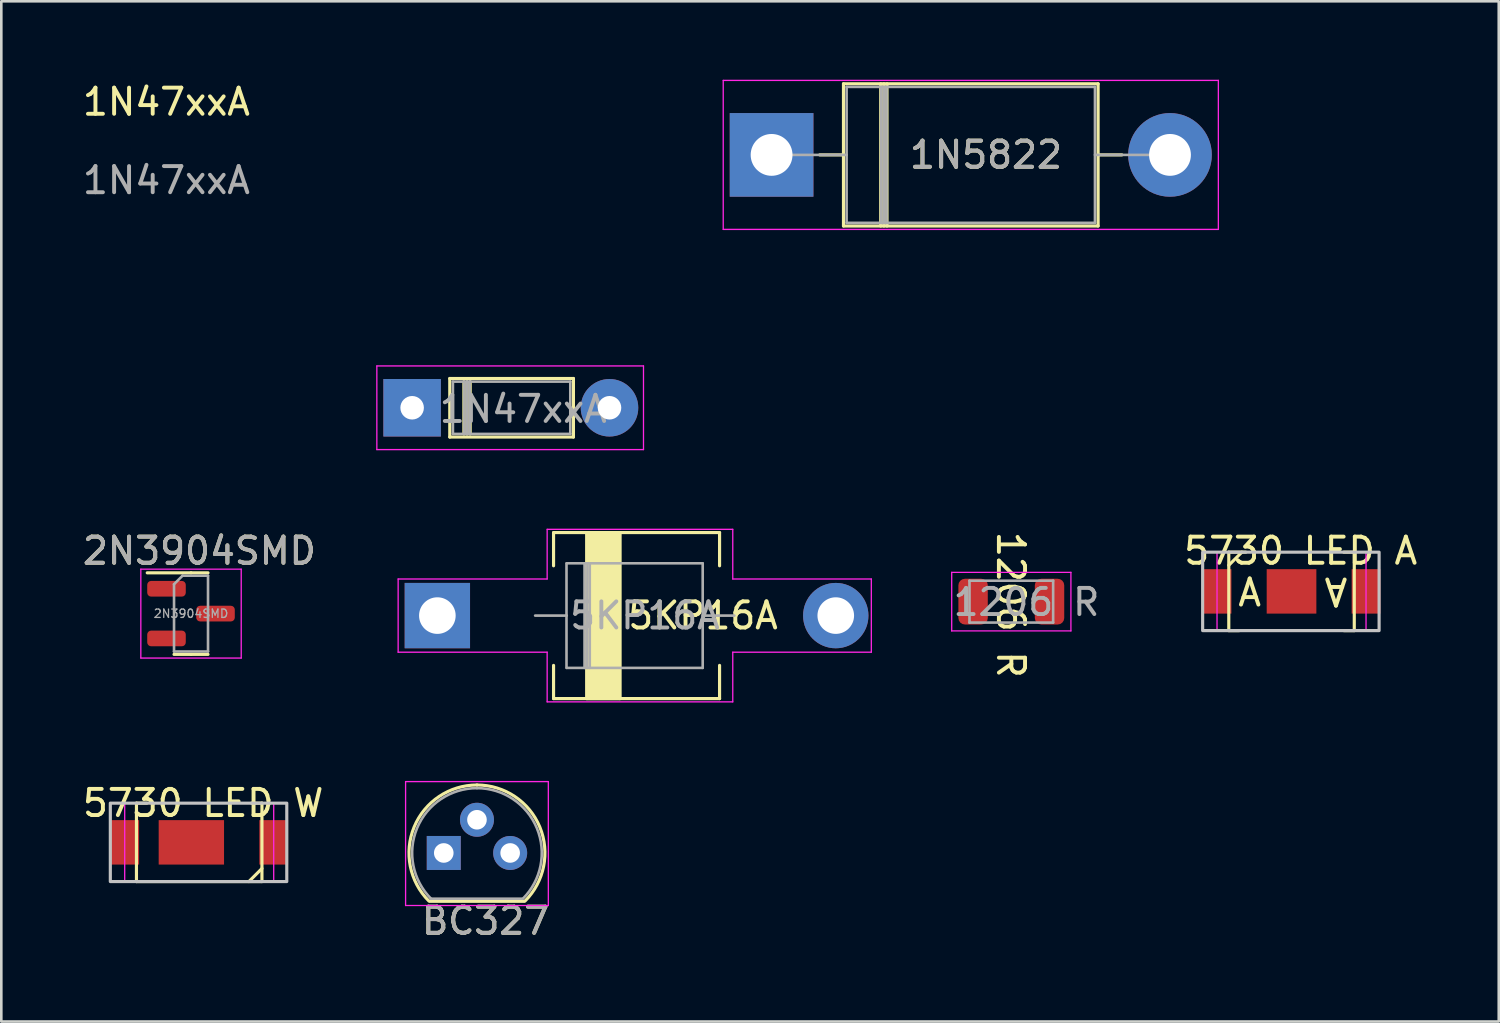
<source format=kicad_pcb>
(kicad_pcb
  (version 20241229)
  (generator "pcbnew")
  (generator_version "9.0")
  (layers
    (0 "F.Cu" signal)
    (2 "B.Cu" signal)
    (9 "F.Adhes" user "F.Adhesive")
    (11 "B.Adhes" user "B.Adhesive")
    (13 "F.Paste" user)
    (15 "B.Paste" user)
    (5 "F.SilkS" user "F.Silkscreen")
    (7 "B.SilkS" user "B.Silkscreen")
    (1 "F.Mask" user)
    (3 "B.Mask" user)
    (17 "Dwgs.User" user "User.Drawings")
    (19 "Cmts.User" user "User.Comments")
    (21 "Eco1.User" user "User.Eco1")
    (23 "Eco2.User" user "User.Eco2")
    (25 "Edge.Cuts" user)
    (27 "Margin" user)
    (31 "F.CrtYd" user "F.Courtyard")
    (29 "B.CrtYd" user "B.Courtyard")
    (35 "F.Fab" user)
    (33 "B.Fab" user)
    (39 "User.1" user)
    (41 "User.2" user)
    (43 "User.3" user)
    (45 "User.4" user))
  (footprint "1N5822"
    (layer "F.Cu")
    (at 26.465 2.875)
    (property "Reference" "1N5822" (at 8.2 0 0) (unlocked yes) (layer "F.SilkS") (effects (font (size 1 1) (thickness 0.15))))
    (attr through_hole)
    (fp_line (start 1.84 0) (end 2.75 0) (stroke (width 0.12) (type solid)) (layer "F.SilkS"))
    (fp_line (start 2.75 -2.72) (end 2.75 2.72) (stroke (width 0.12) (type solid)) (layer "F.SilkS"))
    (fp_line (start 2.75 2.72) (end 12.49 2.72) (stroke (width 0.12) (type solid)) (layer "F.SilkS"))
    (fp_line (start 4.175 -2.72) (end 4.175 2.72) (stroke (width 0.12) (type solid)) (layer "F.SilkS"))
    (fp_line (start 4.295 -2.72) (end 4.295 2.72) (stroke (width 0.12) (type solid)) (layer "F.SilkS"))
    (fp_line (start 4.415 -2.72) (end 4.415 2.72) (stroke (width 0.12) (type solid)) (layer "F.SilkS"))
    (fp_line (start 12.49 -2.72) (end 2.75 -2.72) (stroke (width 0.12) (type solid)) (layer "F.SilkS"))
    (fp_line (start 12.49 2.72) (end 12.49 -2.72) (stroke (width 0.12) (type solid)) (layer "F.SilkS"))
    (fp_line (start 13.4 0) (end 12.49 0) (stroke (width 0.12) (type solid)) (layer "F.SilkS"))
    (fp_line (start -1.85 -2.85) (end -1.85 2.85) (stroke (width 0.05) (type solid)) (layer "F.CrtYd"))
    (fp_line (start -1.85 2.85) (end 17.09 2.85) (stroke (width 0.05) (type solid)) (layer "F.CrtYd"))
    (fp_line (start 17.09 -2.85) (end -1.85 -2.85) (stroke (width 0.05) (type solid)) (layer "F.CrtYd"))
    (fp_line (start 17.09 2.85) (end 17.09 -2.85) (stroke (width 0.05) (type solid)) (layer "F.CrtYd"))
    (fp_line (start 0 0) (end 2.87 0) (stroke (width 0.1) (type solid)) (layer "F.Fab"))
    (fp_line (start 2.87 -2.6) (end 2.87 2.6) (stroke (width 0.1) (type solid)) (layer "F.Fab"))
    (fp_line (start 2.87 2.6) (end 12.37 2.6) (stroke (width 0.1) (type solid)) (layer "F.Fab"))
    (fp_line (start 4.195 -2.6) (end 4.195 2.6) (stroke (width 0.1) (type solid)) (layer "F.Fab"))
    (fp_line (start 4.295 -2.6) (end 4.295 2.6) (stroke (width 0.1) (type solid)) (layer "F.Fab"))
    (fp_line (start 4.395 -2.6) (end 4.395 2.6) (stroke (width 0.1) (type solid)) (layer "F.Fab"))
    (fp_line (start 12.37 -2.6) (end 2.87 -2.6) (stroke (width 0.1) (type solid)) (layer "F.Fab"))
    (fp_line (start 12.37 2.6) (end 12.37 -2.6) (stroke (width 0.1) (type solid)) (layer "F.Fab"))
    (fp_line (start 15.24 0) (end 12.37 0) (stroke (width 0.1) (type solid)) (layer "F.Fab"))
    (fp_text user "${REFERENCE}" (at 8.2 0 0) (unlocked yes) (layer "F.Fab") (effects (font (size 1 1) (thickness 0.15))))
    (pad "1" thru_hole rect (at 0 0) (size 3.2 3.2) (drill 1.6) (layers "*.Cu" "*.Mask"))
    (pad "2" thru_hole oval (at 15.24 0) (size 3.2 3.2) (drill 1.6) (layers "*.Cu" "*.Mask")))
  (footprint "BC327"
    (layer "F.Cu")
    (at 13.925 29.578)
    (property "Reference" "BC327" (at 1.6 2.6 0) (unlocked yes) (layer "F.SilkS") (effects (font (size 1 1) (thickness 0.15))))
    (attr through_hole)
    (fp_line (start -0.53 1.85) (end 3.07 1.85) (stroke (width 0.12) (type solid)) (layer "F.SilkS"))
    (fp_arc (start -0.568478 1.838478) (mid -1.132087 -0.994977) (end 1.27 -2.6) (stroke (width 0.12) (type solid)) (layer "F.SilkS"))
    (fp_arc (start 1.27 -2.6) (mid 3.672087 -0.994977) (end 3.108478 1.838478) (stroke (width 0.12) (type solid)) (layer "F.SilkS"))
    (fp_line (start -1.46 -2.73) (end -1.46 2.01) (stroke (width 0.05) (type solid)) (layer "F.CrtYd"))
    (fp_line (start -1.46 -2.73) (end 4 -2.73) (stroke (width 0.05) (type solid)) (layer "F.CrtYd"))
    (fp_line (start 4 2.01) (end -1.46 2.01) (stroke (width 0.05) (type solid)) (layer "F.CrtYd"))
    (fp_line (start 4 2.01) (end 4 -2.73) (stroke (width 0.05) (type solid)) (layer "F.CrtYd"))
    (fp_line (start -0.5 1.75) (end 3 1.75) (stroke (width 0.1) (type solid)) (layer "F.Fab"))
    (fp_arc (start -0.483625 1.753625) (mid -1.021221 -0.949055) (end 1.27 -2.48) (stroke (width 0.1) (type solid)) (layer "F.Fab"))
    (fp_arc (start 1.27 -2.48) (mid 3.561221 -0.949055) (end 3.023625 1.753625) (stroke (width 0.1) (type solid)) (layer "F.Fab"))
    (fp_text user "${REFERENCE}" (at 1.6 2.6 0) (layer "F.Fab") (effects (font (size 1 1) (thickness 0.15))))
    (pad "1" thru_hole rect (at 0 0) (size 1.3 1.3) (drill 0.75) (layers "*.Cu" "*.Mask"))
    (pad "2" thru_hole circle (at 1.27 -1.27) (size 1.3 1.3) (drill 0.75) (layers "*.Cu" "*.Mask"))
    (pad "3" thru_hole circle (at 2.54 0) (size 1.3 1.3) (drill 0.75) (layers "*.Cu" "*.Mask")))
  (footprint "1N47xxA"
    (layer "F.Cu")
    (at 12.715 12.548)
    (property "Reference" "1N47xxA" (at -9.4 -11.7 0) (unlocked yes) (layer "F.SilkS") (effects (font (size 1 1) (thickness 0.15))))
    (attr through_hole)
    (fp_line (start 1.44 -1.12) (end 1.44 1.12) (stroke (width 0.12) (type solid)) (layer "F.SilkS"))
    (fp_line (start 1.44 1.12) (end 6.17 1.12) (stroke (width 0.12) (type solid)) (layer "F.SilkS"))
    (fp_line (start 1.98 -1) (end 1.98 1) (stroke (width 0.12) (type solid)) (layer "F.SilkS"))
    (fp_line (start 2.1 -1) (end 2.1 1) (stroke (width 0.12) (type solid)) (layer "F.SilkS"))
    (fp_line (start 2.22 -1) (end 2.22 1) (stroke (width 0.12) (type solid)) (layer "F.SilkS"))
    (fp_line (start 6.17 -1.12) (end 1.44 -1.12) (stroke (width 0.12) (type solid)) (layer "F.SilkS"))
    (fp_line (start 6.17 1.12) (end 6.17 -1.12) (stroke (width 0.12) (type solid)) (layer "F.SilkS"))
    (fp_line (start -1.35 -1.6) (end -1.35 1.6) (stroke (width 0.05) (type solid)) (layer "F.CrtYd"))
    (fp_line (start -1.35 1.6) (end 8.85 1.6) (stroke (width 0.05) (type solid)) (layer "F.CrtYd"))
    (fp_line (start 8.85 -1.6) (end -1.35 -1.6) (stroke (width 0.05) (type solid)) (layer "F.CrtYd"))
    (fp_line (start 8.85 1.6) (end 8.85 -1.6) (stroke (width 0.05) (type solid)) (layer "F.CrtYd"))
    (fp_line (start 1.56 -1) (end 1.56 1) (stroke (width 0.1) (type solid)) (layer "F.Fab"))
    (fp_line (start 1.56 1) (end 6.05 1) (stroke (width 0.1) (type solid)) (layer "F.Fab"))
    (fp_line (start 2 -1) (end 2 1) (stroke (width 0.1) (type solid)) (layer "F.Fab"))
    (fp_line (start 2.1 -1) (end 2.1 1) (stroke (width 0.1) (type solid)) (layer "F.Fab"))
    (fp_line (start 2.2 -1) (end 2.2 1) (stroke (width 0.1) (type solid)) (layer "F.Fab"))
    (fp_line (start 6.05 -1) (end 1.56 -1) (stroke (width 0.1) (type solid)) (layer "F.Fab"))
    (fp_line (start 6.05 1) (end 6.05 -1) (stroke (width 0.1) (type solid)) (layer "F.Fab"))
    (fp_text user "${REFERENCE}" (at -9.4 -8.7 0) (unlocked yes) (layer "F.Fab") (effects (font (size 1 1) (thickness 0.15))))
    (fp_text user "${REFERENCE}" (at 4.25 0.05 0) (layer "F.Fab") (effects (font (size 1 1) (thickness 0.15))))
    (pad "1" thru_hole rect (at 0 0) (size 2.2 2.2) (drill 0.9) (layers "*.Cu" "*.Mask"))
    (pad "2" thru_hole oval (at 7.55 0) (size 2.2 2.2) (drill 0.9) (layers "*.Cu" "*.Mask")))
  (footprint "1206 R"
    (layer "F.Cu")
    (at 35.615 19.984)
    (property "Reference" "1206 R" (at 0 0.1 270) (unlocked yes) (layer "F.SilkS") (effects (font (size 1 1) (thickness 0.15))))
    (attr smd)
    (fp_line (start -2.26 -1.14) (end 2.3 -1.14) (stroke (width 0.05) (type solid)) (layer "F.CrtYd"))
    (fp_line (start -2.26 1.1) (end -2.26 -1.14) (stroke (width 0.05) (type solid)) (layer "F.CrtYd"))
    (fp_line (start 2.3 -1.14) (end 2.3 1.1) (stroke (width 0.05) (type solid)) (layer "F.CrtYd"))
    (fp_line (start 2.3 1.1) (end -2.26 1.1) (stroke (width 0.05) (type solid)) (layer "F.CrtYd"))
    (fp_line (start -1.58 -0.82) (end 1.62 -0.82) (stroke (width 0.1) (type solid)) (layer "F.Fab"))
    (fp_line (start -1.58 0.78) (end -1.58 -0.82) (stroke (width 0.1) (type solid)) (layer "F.Fab"))
    (fp_line (start 1.62 -0.82) (end 1.62 0.78) (stroke (width 0.1) (type solid)) (layer "F.Fab"))
    (fp_line (start 1.62 0.78) (end -1.58 0.78) (stroke (width 0.1) (type solid)) (layer "F.Fab"))
    (fp_text user "${REFERENCE}" (at 0.6 0 0) (unlocked yes) (layer "F.Fab") (effects (font (size 1 1) (thickness 0.15))))
    (pad "1" smd roundrect (at -1.442 -0.02) (size 1.125 1.75) (layers "F.Cu" "F.Mask" "F.Paste") (roundrect_rratio 0.222))
    (pad "2" smd roundrect (at 1.482 -0.02) (size 1.125 1.75) (layers "F.Cu" "F.Mask" "F.Paste") (roundrect_rratio 0.222)))
  (footprint "5730 LED W"
    (layer "F.Cu")
    (at 4.57 29.172)
    (property "Reference" "5730 LED W" (at 0.15 -1.5 0) (unlocked yes) (layer "F.SilkS") (effects (font (size 1 1) (thickness 0.15))))
    (attr smd)
    (fp_line (start -2.4 -1.5) (end -2.4 1.5) (stroke (width 0.12) (type solid)) (layer "F.SilkS"))
    (fp_line (start -2.4 -1.5) (end -2 -1.5) (stroke (width 0.12) (type solid)) (layer "F.SilkS"))
    (fp_line (start 1.9 1.5) (end 2.4 1) (stroke (width 0.12) (type solid)) (layer "F.SilkS"))
    (fp_line (start 2.4 -1.5) (end 2 -1.5) (stroke (width 0.12) (type solid)) (layer "F.SilkS"))
    (fp_line (start 2.4 1.5) (end -2.4 1.5) (stroke (width 0.12) (type solid)) (layer "F.SilkS"))
    (fp_line (start 2.4 1.5) (end 2.4 -1.5) (stroke (width 0.12) (type solid)) (layer "F.SilkS"))
    (fp_rect (start -3.4 -1.5) (end 3.35 1.5) (stroke (width 0.12) (type solid)) (fill no) (layer "Dwgs.User"))
    (fp_rect (start -2.85 -1.5) (end 2.85 1.5) (stroke (width 0.05) (type solid)) (fill no) (layer "F.CrtYd"))
    (pad "" smd rect (at -0.3 0) (size 2.5 1.7) (layers "F.Cu" "F.Mask" "F.Paste" "Eco2.User"))
    (pad "1" smd rect (at -2.85 0) (size 1.1 1.7) (layers "F.Cu" "F.Mask" "F.Paste"))
    (pad "2" smd rect (at 2.85 0) (size 1.1 1.7) (layers "F.Cu" "F.Mask" "F.Paste")))
  (footprint "5730 LED A"
    (layer "F.Cu")
    (at 46.354 19.572)
    (property "Reference" "5730 LED A" (at 0.35 -1.55 0) (unlocked yes) (layer "F.SilkS") (effects (font (size 1 1) (thickness 0.15))))
    (attr smd)
    (fp_line (start -2.4 -1.5) (end -2.4 1.5) (stroke (width 0.12) (type solid)) (layer "F.SilkS"))
    (fp_line (start -2.4 -1.5) (end -1.75 -1.5) (stroke (width 0.12) (type solid)) (layer "F.SilkS"))
    (fp_line (start -2.4 1.5) (end -2 1.5) (stroke (width 0.12) (type solid)) (layer "F.SilkS"))
    (fp_line (start -1.9 -1.5) (end -2.4 -1) (stroke (width 0.12) (type solid)) (layer "F.SilkS"))
    (fp_line (start 2.4 -1.5) (end 2 -1.5) (stroke (width 0.12) (type solid)) (layer "F.SilkS"))
    (fp_line (start 2.4 1.5) (end 2 1.5) (stroke (width 0.12) (type solid)) (layer "F.SilkS"))
    (fp_line (start 2.4 1.5) (end 2.4 -1.5) (stroke (width 0.12) (type solid)) (layer "F.SilkS"))
    (fp_rect (start -3.4 -1.5) (end 3.35 1.5) (stroke (width 0.12) (type solid)) (fill no) (layer "Dwgs.User"))
    (fp_rect (start -2.85 -1.5) (end 2.85 1.5) (stroke (width 0.05) (type solid)) (fill no) (layer "F.CrtYd"))
    (fp_text user "A" (at -1.6 0.05 0) (unlocked yes) (layer "F.SilkS") (effects (font (size 1 1) (thickness 0.15))))
    (fp_text user "A" (at 1.7 0 180) (unlocked yes) (layer "F.SilkS") (effects (font (size 1 1) (thickness 0.15))))
    (pad "" smd rect (at 0 0) (size 1.9 1.7) (layers "F.Cu" "F.Mask" "F.Paste"))
    (pad "1" smd rect (at -2.85 0) (size 1.1 1.7) (layers "F.Cu" "F.Mask" "F.Paste"))
    (pad "2" smd rect (at 2.85 0) (size 1.1 1.7) (layers "F.Cu" "F.Mask" "F.Paste")))
  (footprint "2N3904SMD"
    (layer "F.Cu")
    (at 4.277 20.422)
    (property "Reference" "2N3904SMD" (at 0.3 -2.4 0) (unlocked yes) (layer "F.SilkS") (effects (font (size 1 1) (thickness 0.15))))
    (attr smd)
    (fp_line (start -0.02 -1.56) (end -1.695 -1.56) (stroke (width 0.12) (type solid)) (layer "F.SilkS"))
    (fp_line (start -0.02 -1.56) (end 0.63 -1.56) (stroke (width 0.12) (type solid)) (layer "F.SilkS"))
    (fp_line (start -0.02 1.56) (end -0.67 1.56) (stroke (width 0.12) (type solid)) (layer "F.SilkS"))
    (fp_line (start -0.02 1.56) (end 0.63 1.56) (stroke (width 0.12) (type solid)) (layer "F.SilkS"))
    (fp_line (start -1.94 -1.7) (end -1.94 1.7) (stroke (width 0.05) (type solid)) (layer "F.CrtYd"))
    (fp_line (start -1.94 1.7) (end 1.9 1.7) (stroke (width 0.05) (type solid)) (layer "F.CrtYd"))
    (fp_line (start 1.9 -1.7) (end -1.94 -1.7) (stroke (width 0.05) (type solid)) (layer "F.CrtYd"))
    (fp_line (start 1.9 1.7) (end 1.9 -1.7) (stroke (width 0.05) (type solid)) (layer "F.CrtYd"))
    (fp_line (start -0.67 -1.125) (end -0.345 -1.45) (stroke (width 0.1) (type solid)) (layer "F.Fab"))
    (fp_line (start -0.67 1.45) (end -0.67 -1.125) (stroke (width 0.1) (type solid)) (layer "F.Fab"))
    (fp_line (start -0.345 -1.45) (end 0.63 -1.45) (stroke (width 0.1) (type solid)) (layer "F.Fab"))
    (fp_line (start 0.63 -1.45) (end 0.63 1.45) (stroke (width 0.1) (type solid)) (layer "F.Fab"))
    (fp_line (start 0.63 1.45) (end -0.67 1.45) (stroke (width 0.1) (type solid)) (layer "F.Fab"))
    (fp_text user "${REFERENCE}" (at 0.3 -2.4 0) (unlocked yes) (layer "F.Fab") (effects (font (size 1 1) (thickness 0.15))))
    (fp_text user "${REFERENCE}" (at -0.02 0 0) (layer "F.Fab") (effects (font (size 0.32 0.32) (thickness 0.05))))
    (pad "1" smd roundrect (at -0.958 -0.95) (size 1.475 0.6) (layers "F.Cu" "F.Mask" "F.Paste") (roundrect_rratio 0.25))
    (pad "2" smd roundrect (at -0.958 0.95) (size 1.475 0.6) (layers "F.Cu" "F.Mask" "F.Paste") (roundrect_rratio 0.25))
    (pad "3" smd roundrect (at 0.917 0) (size 1.475 0.6) (layers "F.Cu" "F.Mask" "F.Paste") (roundrect_rratio 0.25)))
  (footprint "5KP16A"
    (layer "F.Cu")
    (at 13.68 20.498)
    (property "Reference" "5KP16A" (at 10.16 0 0) (layer "F.SilkS") (effects (font (size 1 1) (thickness 0.15))))
    (attr through_hole)
    (fp_line (start 4.445 -3.175) (end 4.445 -1.905) (stroke (width 0.12) (type solid)) (layer "F.SilkS"))
    (fp_line (start 4.445 -3.175) (end 10.795 -3.175) (stroke (width 0.12) (type solid)) (layer "F.SilkS"))
    (fp_line (start 4.445 3.175) (end 4.445 1.905) (stroke (width 0.12) (type solid)) (layer "F.SilkS"))
    (fp_line (start 5.715 -3.175) (end 5.715 -1.905) (stroke (width 0.12) (type solid)) (layer "F.SilkS"))
    (fp_line (start 5.715 -1.905) (end 5.715 3.175) (stroke (width 0.12) (type solid)) (layer "F.SilkS"))
    (fp_line (start 5.715 3.175) (end 6.985 3.175) (stroke (width 0.12) (type solid)) (layer "F.SilkS"))
    (fp_line (start 6.985 3.175) (end 6.985 -3.175) (stroke (width 0.12) (type solid)) (layer "F.SilkS"))
    (fp_line (start 10.795 -3.175) (end 10.795 -1.905) (stroke (width 0.12) (type solid)) (layer "F.SilkS"))
    (fp_line (start 10.795 3.175) (end 4.445 3.175) (stroke (width 0.12) (type solid)) (layer "F.SilkS"))
    (fp_line (start 10.795 3.175) (end 10.795 1.905) (stroke (width 0.12) (type solid)) (layer "F.SilkS"))
    (fp_poly (pts (xy 6.985 3.175) (xy 5.715 3.175) (xy 5.715 -3.175) (xy 6.985 -3.175)) (stroke (width 0.1) (type solid)) (fill yes) (layer "F.SilkS"))
    (fp_line (start -1.5 -1.4) (end 4.2 -1.4) (stroke (width 0.05) (type solid)) (layer "F.CrtYd"))
    (fp_line (start -1.5 1.4) (end -1.5 -1.4) (stroke (width 0.05) (type solid)) (layer "F.CrtYd"))
    (fp_line (start 4.2 -3.3) (end 11.3 -3.3) (stroke (width 0.05) (type solid)) (layer "F.CrtYd"))
    (fp_line (start 4.2 -1.4) (end 4.2 -3.3) (stroke (width 0.05) (type solid)) (layer "F.CrtYd"))
    (fp_line (start 4.2 1.4) (end -1.5 1.4) (stroke (width 0.05) (type solid)) (layer "F.CrtYd"))
    (fp_line (start 4.2 3.3) (end 4.2 1.4) (stroke (width 0.05) (type solid)) (layer "F.CrtYd"))
    (fp_line (start 11.3 -3.3) (end 11.3 -1.4) (stroke (width 0.05) (type solid)) (layer "F.CrtYd"))
    (fp_line (start 11.3 -1.4) (end 16.6 -1.4) (stroke (width 0.05) (type solid)) (layer "F.CrtYd"))
    (fp_line (start 11.3 1.4) (end 11.3 3.3) (stroke (width 0.05) (type solid)) (layer "F.CrtYd"))
    (fp_line (start 11.3 3.3) (end 4.2 3.3) (stroke (width 0.05) (type solid)) (layer "F.CrtYd"))
    (fp_line (start 16.6 -1.4) (end 16.6 1.4) (stroke (width 0.05) (type solid)) (layer "F.CrtYd"))
    (fp_line (start 16.6 1.4) (end 11.3 1.4) (stroke (width 0.05) (type solid)) (layer "F.CrtYd"))
    (fp_line (start 3.74 0) (end 4.95 0) (stroke (width 0.1) (type solid)) (layer "F.Fab"))
    (fp_line (start 4.94 -2) (end 4.94 2) (stroke (width 0.1) (type solid)) (layer "F.Fab"))
    (fp_line (start 4.95 2) (end 10.15 2) (stroke (width 0.1) (type solid)) (layer "F.Fab"))
    (fp_line (start 5.63 -2) (end 5.63 2) (stroke (width 0.1) (type solid)) (layer "F.Fab"))
    (fp_line (start 5.74 -2) (end 5.73 2) (stroke (width 0.1) (type solid)) (layer "F.Fab"))
    (fp_line (start 5.83 -2) (end 5.83 2) (stroke (width 0.1) (type solid)) (layer "F.Fab"))
    (fp_line (start 10.15 -2) (end 4.95 -2) (stroke (width 0.1) (type solid)) (layer "F.Fab"))
    (fp_line (start 10.15 2) (end 10.15 -2) (stroke (width 0.1) (type solid)) (layer "F.Fab"))
    (fp_line (start 11.36 0) (end 10.15 0) (stroke (width 0.1) (type solid)) (layer "F.Fab"))
    (fp_text user "${REFERENCE}" (at 7.94 0 180) (layer "F.Fab") (effects (font (size 1 1) (thickness 0.15))))
    (pad "1" thru_hole rect (at 0 0) (size 2.5 2.5) (drill 1.4) (layers "*.Cu" "*.Mask"))
    (pad "2" thru_hole circle (at 15.24 0) (size 2.5 2.5) (drill 1.4) (layers "*.Cu" "*.Mask")))
  (gr_rect
    (start -3 -3)
    (end 54.281 36.026)
    (stroke (width 0.1) (type default))
    (fill no)
    (layer "Edge.Cuts")))
</source>
